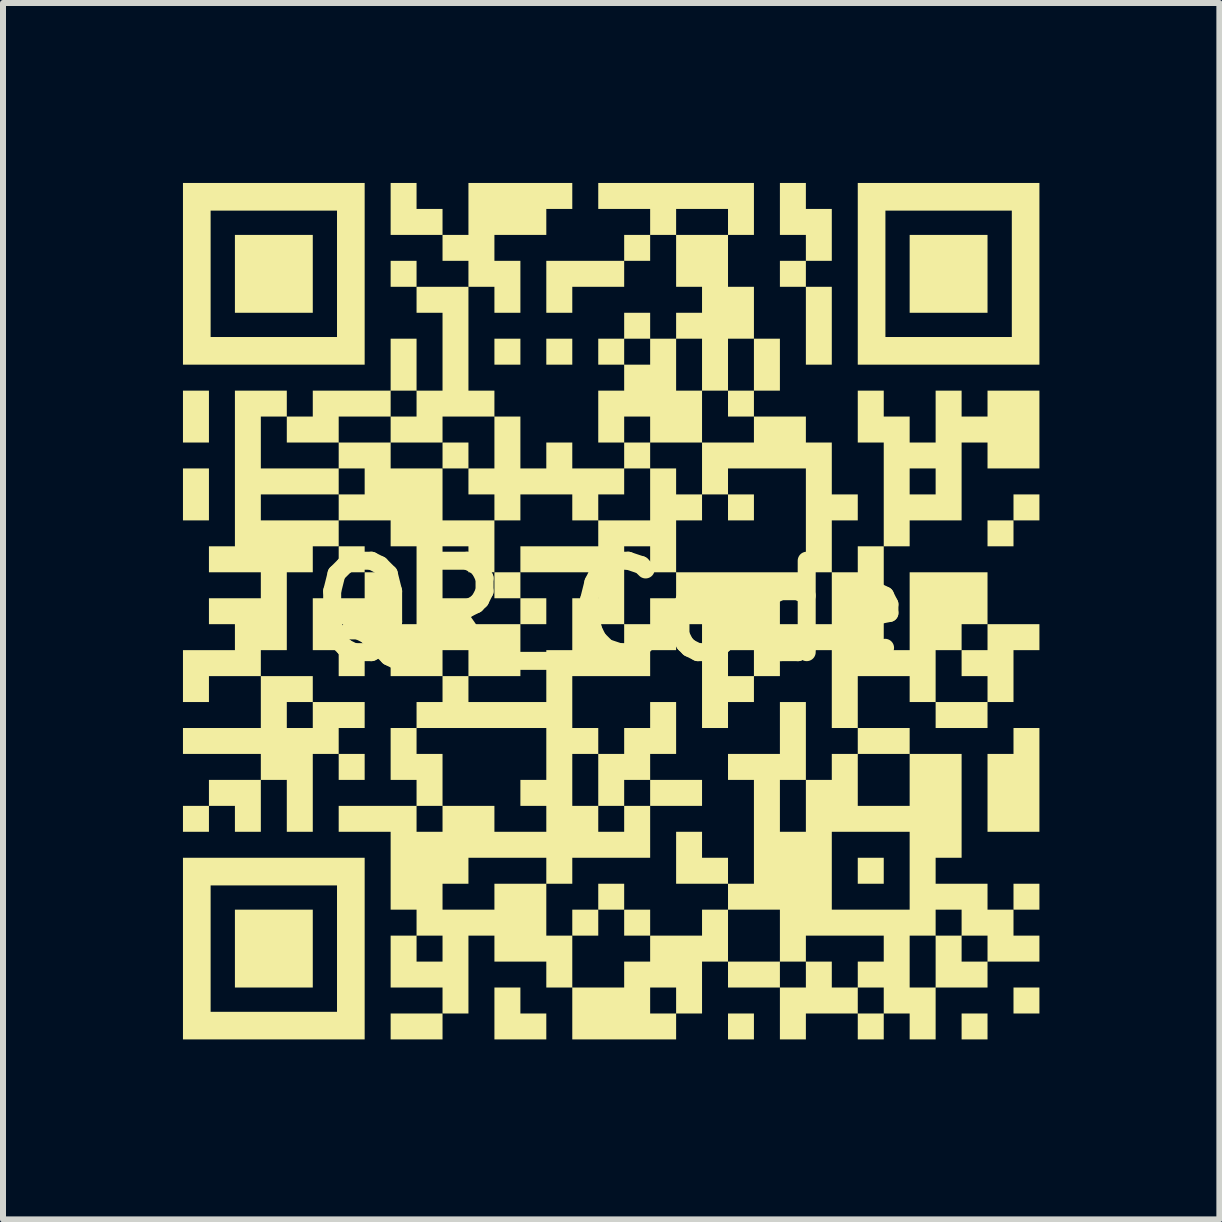
<source format=kicad_pcb>
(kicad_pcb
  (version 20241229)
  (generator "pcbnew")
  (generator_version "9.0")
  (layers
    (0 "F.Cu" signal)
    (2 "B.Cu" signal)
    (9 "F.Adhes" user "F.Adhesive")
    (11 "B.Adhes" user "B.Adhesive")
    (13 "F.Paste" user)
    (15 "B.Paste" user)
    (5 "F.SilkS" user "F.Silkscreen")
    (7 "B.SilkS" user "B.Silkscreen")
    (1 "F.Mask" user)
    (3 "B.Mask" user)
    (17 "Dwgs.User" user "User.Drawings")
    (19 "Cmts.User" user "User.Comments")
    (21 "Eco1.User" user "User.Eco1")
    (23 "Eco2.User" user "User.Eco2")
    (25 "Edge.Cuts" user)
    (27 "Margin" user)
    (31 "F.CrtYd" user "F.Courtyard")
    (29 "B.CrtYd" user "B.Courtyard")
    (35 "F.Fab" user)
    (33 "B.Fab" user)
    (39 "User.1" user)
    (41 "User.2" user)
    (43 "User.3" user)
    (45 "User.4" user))
  (footprint "QR_Code"
    (layer "F.Cu")
    (at 7.132 7.132)
    (property "Reference" "QR_Code" (at 0 0 0) (layer "F.SilkS") (effects (font (size 1.524 1.524) (thickness 0.3))))
    (attr board_only exclude_from_pos_files exclude_from_bom)
    (fp_poly (pts (xy -6.699 -2.805) (xy -7.132 -2.805) (xy -7.132 -3.67) (xy -6.699 -3.67)) (stroke (width 0) (type solid)) (fill yes) (layer "F.SilkS"))
    (fp_poly (pts (xy -6.699 -1.507) (xy -7.132 -1.507) (xy -7.132 -2.373) (xy -6.699 -2.373)) (stroke (width 0) (type solid)) (fill yes) (layer "F.SilkS"))
    (fp_poly (pts (xy -6.699 3.684) (xy -7.132 3.684) (xy -7.132 3.252) (xy -6.699 3.252)) (stroke (width 0) (type solid)) (fill yes) (layer "F.SilkS"))
    (fp_poly (pts (xy -4.968 -4.968) (xy -6.266 -4.968) (xy -6.266 -6.266) (xy -4.968 -6.266)) (stroke (width 0) (type solid)) (fill yes) (layer "F.SilkS"))
    (fp_poly (pts (xy -4.968 6.28) (xy -6.266 6.28) (xy -6.266 4.982) (xy -4.968 4.982)) (stroke (width 0) (type solid)) (fill yes) (layer "F.SilkS"))
    (fp_poly (pts (xy -4.103 2.819) (xy -4.536 2.819) (xy -4.536 2.386) (xy -4.103 2.386)) (stroke (width 0) (type solid)) (fill yes) (layer "F.SilkS"))
    (fp_poly (pts (xy -3.238 -5.401) (xy -3.67 -5.401) (xy -3.67 -5.834) (xy -3.238 -5.834)) (stroke (width 0) (type solid)) (fill yes) (layer "F.SilkS"))
    (fp_poly (pts (xy -2.805 7.145) (xy -3.67 7.145) (xy -3.67 6.713) (xy -2.805 6.713)) (stroke (width 0) (type solid)) (fill yes) (layer "F.SilkS"))
    (fp_poly (pts (xy -2.373 -2.373) (xy -2.805 -2.373) (xy -2.805 -2.805) (xy -2.373 -2.805)) (stroke (width 0) (type solid)) (fill yes) (layer "F.SilkS"))
    (fp_poly (pts (xy -1.507 -4.103) (xy -1.94 -4.103) (xy -1.94 -4.536) (xy -1.507 -4.536)) (stroke (width 0) (type solid)) (fill yes) (layer "F.SilkS"))
    (fp_poly (pts (xy -1.507 -0.209) (xy -1.94 -0.209) (xy -1.94 -0.642) (xy -1.507 -0.642)) (stroke (width 0) (type solid)) (fill yes) (layer "F.SilkS"))
    (fp_poly (pts (xy -1.075 0.223) (xy -1.507 0.223) (xy -1.507 -0.209) (xy -1.075 -0.209)) (stroke (width 0) (type solid)) (fill yes) (layer "F.SilkS"))
    (fp_poly (pts (xy -0.642 -4.103) (xy -1.075 -4.103) (xy -1.075 -4.536) (xy -0.642 -4.536)) (stroke (width 0) (type solid)) (fill yes) (layer "F.SilkS"))
    (fp_poly (pts (xy -0.209 5.415) (xy -0.642 5.415) (xy -0.642 4.982) (xy -0.209 4.982)) (stroke (width 0) (type solid)) (fill yes) (layer "F.SilkS"))
    (fp_poly (pts (xy 0.223 4.982) (xy -0.209 4.982) (xy -0.209 4.55) (xy 0.223 4.55)) (stroke (width 0) (type solid)) (fill yes) (layer "F.SilkS"))
    (fp_poly (pts (xy 0.656 -5.834) (xy 0.223 -5.834) (xy 0.223 -6.266) (xy 0.656 -6.266)) (stroke (width 0) (type solid)) (fill yes) (layer "F.SilkS"))
    (fp_poly (pts (xy 0.656 5.415) (xy 0.223 5.415) (xy 0.223 4.982) (xy 0.656 4.982)) (stroke (width 0) (type solid)) (fill yes) (layer "F.SilkS"))
    (fp_poly (pts (xy 1.521 3.252) (xy 0.656 3.252) (xy 0.656 2.819) (xy 1.521 2.819)) (stroke (width 0) (type solid)) (fill yes) (layer "F.SilkS"))
    (fp_poly (pts (xy 2.386 -3.238) (xy 1.954 -3.238) (xy 1.954 -3.67) (xy 2.386 -3.67)) (stroke (width 0) (type solid)) (fill yes) (layer "F.SilkS"))
    (fp_poly (pts (xy 2.386 -1.507) (xy 1.954 -1.507) (xy 1.954 -1.94) (xy 2.386 -1.94)) (stroke (width 0) (type solid)) (fill yes) (layer "F.SilkS"))
    (fp_poly (pts (xy 2.386 7.145) (xy 1.954 7.145) (xy 1.954 6.713) (xy 2.386 6.713)) (stroke (width 0) (type solid)) (fill yes) (layer "F.SilkS"))
    (fp_poly (pts (xy 2.819 -3.67) (xy 2.386 -3.67) (xy 2.386 -4.536) (xy 2.819 -4.536)) (stroke (width 0) (type solid)) (fill yes) (layer "F.SilkS"))
    (fp_poly (pts (xy 3.252 -5.401) (xy 2.819 -5.401) (xy 2.819 -5.834) (xy 3.252 -5.834)) (stroke (width 0) (type solid)) (fill yes) (layer "F.SilkS"))
    (fp_poly (pts (xy 3.684 -4.103) (xy 3.252 -4.103) (xy 3.252 -5.401) (xy 3.684 -5.401)) (stroke (width 0) (type solid)) (fill yes) (layer "F.SilkS"))
    (fp_poly (pts (xy 4.55 4.55) (xy 4.117 4.55) (xy 4.117 4.117) (xy 4.55 4.117)) (stroke (width 0) (type solid)) (fill yes) (layer "F.SilkS"))
    (fp_poly (pts (xy 6.28 -4.968) (xy 4.982 -4.968) (xy 4.982 -6.266) (xy 6.28 -6.266)) (stroke (width 0) (type solid)) (fill yes) (layer "F.SilkS"))
    (fp_poly (pts (xy 6.28 7.145) (xy 5.848 7.145) (xy 5.848 6.713) (xy 6.28 6.713)) (stroke (width 0) (type solid)) (fill yes) (layer "F.SilkS"))
    (fp_poly (pts (xy 6.713 -1.075) (xy 6.28 -1.075) (xy 6.28 -1.507) (xy 6.713 -1.507)) (stroke (width 0) (type solid)) (fill yes) (layer "F.SilkS"))
    (fp_poly (pts (xy 7.145 -1.507) (xy 6.713 -1.507) (xy 6.713 -1.94) (xy 7.145 -1.94)) (stroke (width 0) (type solid)) (fill yes) (layer "F.SilkS"))
    (fp_poly (pts (xy 7.145 4.982) (xy 6.713 4.982) (xy 6.713 4.55) (xy 7.145 4.55)) (stroke (width 0) (type solid)) (fill yes) (layer "F.SilkS"))
    (fp_poly (pts (xy 7.145 6.713) (xy 6.713 6.713) (xy 6.713 6.28) (xy 7.145 6.28)) (stroke (width 0) (type solid)) (fill yes) (layer "F.SilkS"))
    (fp_poly (pts (xy -6.699 2.819) (xy -5.834 2.819) (xy -5.834 3.684) (xy -6.266 3.684) (xy -6.266 3.252) (xy -6.699 3.252)) (stroke (width 0) (type solid)) (fill yes) (layer "F.SilkS"))
    (fp_poly (pts (xy -3.238 -6.699) (xy -2.805 -6.699) (xy -2.805 -6.266) (xy -3.67 -6.266) (xy -3.67 -7.132) (xy -3.238 -7.132)) (stroke (width 0) (type solid)) (fill yes) (layer "F.SilkS"))
    (fp_poly (pts (xy -1.507 6.713) (xy -1.075 6.713) (xy -1.075 7.145) (xy -1.94 7.145) (xy -1.94 6.28) (xy -1.507 6.28)) (stroke (width 0) (type solid)) (fill yes) (layer "F.SilkS"))
    (fp_poly (pts (xy 0.223 -5.401) (xy -0.642 -5.401) (xy -0.642 -4.968) (xy -1.075 -4.968) (xy -1.075 -5.834) (xy 0.223 -5.834)) (stroke (width 0) (type solid)) (fill yes) (layer "F.SilkS"))
    (fp_poly (pts (xy 1.521 4.117) (xy 1.954 4.117) (xy 1.954 4.55) (xy 1.089 4.55) (xy 1.089 3.684) (xy 1.521 3.684)) (stroke (width 0) (type solid)) (fill yes) (layer "F.SilkS"))
    (fp_poly (pts (xy 7.145 3.684) (xy 6.28 3.684) (xy 6.28 2.386) (xy 6.713 2.386) (xy 6.713 1.954) (xy 7.145 1.954)) (stroke (width 0) (type solid)) (fill yes) (layer "F.SilkS"))
    (fp_poly (pts (xy 3.252 -6.699) (xy 3.684 -6.699) (xy 3.684 -5.834) (xy 3.252 -5.834) (xy 3.252 -6.266) (xy 2.819 -6.266) (xy 2.819 -7.132) (xy 3.252 -7.132)) (stroke (width 0) (type solid)) (fill yes) (layer "F.SilkS"))
    (fp_poly (pts (xy -4.103 -4.103) (xy -7.132 -4.103) (xy -7.132 -4.564) (xy -6.671 -4.564) (xy -4.564 -4.564) (xy -4.564 -6.671) (xy -6.671 -6.671) (xy -6.671 -4.564) (xy -7.132 -4.564) (xy -7.132 -7.132) (xy -4.103 -7.132)) (stroke (width 0) (type solid)) (fill yes) (layer "F.SilkS"))
    (fp_poly (pts (xy -4.103 7.145) (xy -7.132 7.145) (xy -7.132 6.685) (xy -6.671 6.685) (xy -4.564 6.685) (xy -4.564 4.578) (xy -6.671 4.578) (xy -6.671 6.685) (xy -7.132 6.685) (xy -7.132 4.117) (xy -4.103 4.117)) (stroke (width 0) (type solid)) (fill yes) (layer "F.SilkS"))
    (fp_poly (pts (xy 7.145 -4.103) (xy 4.117 -4.103) (xy 4.117 -4.564) (xy 4.578 -4.564) (xy 6.685 -4.564) (xy 6.685 -6.671) (xy 4.578 -6.671) (xy 4.578 -4.564) (xy 4.117 -4.564) (xy 4.117 -7.132) (xy 7.145 -7.132)) (stroke (width 0) (type solid)) (fill yes) (layer "F.SilkS"))
    (fp_poly (pts (xy 1.089 2.386) (xy 0.656 2.386) (xy 0.656 2.819) (xy 0.223 2.819) (xy 0.223 3.252) (xy -0.209 3.252) (xy -0.209 2.386) (xy 0.223 2.386) (xy 0.223 1.954) (xy 0.656 1.954) (xy 0.656 1.521) (xy 1.089 1.521)) (stroke (width 0) (type solid)) (fill yes) (layer "F.SilkS"))
    (fp_poly (pts (xy -2.373 -5.834) (xy -2.805 -5.834) (xy -2.805 -6.266) (xy -2.373 -6.266) (xy -2.373 -7.132) (xy -0.642 -7.132) (xy -0.642 -6.699) (xy -1.075 -6.699) (xy -1.075 -6.266) (xy -1.94 -6.266) (xy -1.94 -5.834) (xy -1.507 -5.834) (xy -1.507 -4.968) (xy -1.94 -4.968) (xy -1.94 -5.401) (xy -2.373 -5.401)) (stroke (width 0) (type solid)) (fill yes) (layer "F.SilkS"))
    (fp_poly (pts (xy -5.834 2.386) (xy -7.132 2.386) (xy -7.132 1.954) (xy -5.834 1.954) (xy -5.401 1.954) (xy -4.968 1.954) (xy -4.968 1.521) (xy -5.401 1.521) (xy -5.401 1.954) (xy -5.834 1.954) (xy -5.834 1.089) (xy -4.968 1.089) (xy -4.968 1.521) (xy -4.103 1.521) (xy -4.103 1.954) (xy -4.536 1.954) (xy -4.536 2.386) (xy -4.968 2.386) (xy -4.968 3.684) (xy -5.401 3.684) (xy -5.401 2.819) (xy -5.834 2.819)) (stroke (width 0) (type solid)) (fill yes) (layer "F.SilkS"))
    (fp_poly (pts (xy 4.55 -3.238) (xy 4.982 -3.238) (xy 4.982 -2.805) (xy 5.415 -2.805) (xy 5.415 -3.67) (xy 5.848 -3.67) (xy 5.848 -3.238) (xy 6.28 -3.238) (xy 6.28 -3.67) (xy 7.145 -3.67) (xy 7.145 -2.373) (xy 6.28 -2.373) (xy 6.28 -2.805) (xy 5.848 -2.805) (xy 5.848 -1.507) (xy 4.982 -1.507) (xy 4.982 -1.075) (xy 4.55 -1.075) (xy 4.55 -1.94) (xy 4.982 -1.94) (xy 5.415 -1.94) (xy 5.415 -2.373) (xy 4.982 -2.373) (xy 4.982 -1.94) (xy 4.55 -1.94) (xy 4.55 -2.805) (xy 4.117 -2.805) (xy 4.117 -3.67) (xy 4.55 -3.67)) (stroke (width 0) (type solid)) (fill yes) (layer "F.SilkS"))
    (fp_poly (pts (xy -1.507 -3.238) (xy -1.507 -2.373) (xy -1.075 -2.373) (xy -1.075 -2.805) (xy -0.642 -2.805) (xy -0.642 -2.373) (xy 0.223 -2.373) (xy 0.223 -2.805) (xy 0.656 -2.805) (xy 0.656 -3.238) (xy 0.223 -3.238) (xy 0.223 -2.805) (xy -0.209 -2.805) (xy -0.209 -3.67) (xy 0.223 -3.67) (xy 1.089 -3.67) (xy 1.521 -3.67) (xy 1.521 -4.536) (xy 1.089 -4.536) (xy 1.089 -3.67) (xy 0.223 -3.67) (xy 0.223 -4.103) (xy 0.656 -4.103) (xy 0.656 -4.536) (xy 0.223 -4.536) (xy 0.223 -4.103) (xy -0.209 -4.103) (xy -0.209 -4.536) (xy 0.223 -4.536) (xy 0.223 -4.968) (xy 0.656 -4.968) (xy 0.656 -4.536) (xy 1.089 -4.536) (xy 1.089 -4.968) (xy 1.521 -4.968) (xy 1.521 -5.401) (xy 1.089 -5.401) (xy 1.089 -6.266) (xy 1.954 -6.266) (xy 1.954 -6.699) (xy 1.089 -6.699) (xy 1.089 -6.266) (xy 0.656 -6.266) (xy 0.656 -6.699) (xy -0.209 -6.699) (xy -0.209 -7.132) (xy 2.386 -7.132) (xy 2.386 -6.266) (xy 1.954 -6.266) (xy 1.954 -5.401) (xy 2.386 -5.401) (xy 2.386 -4.536) (xy 1.954 -4.536) (xy 1.954 -3.67) (xy 1.521 -3.67) (xy 1.521 -2.805) (xy 2.386 -2.805) (xy 2.386 -3.238) (xy 3.252 -3.238) (xy 3.252 -2.805) (xy 3.684 -2.805) (xy 3.684 -1.94) (xy 4.117 -1.94) (xy 4.117 -1.507) (xy 3.684 -1.507) (xy 3.684 -0.642) (xy 4.117 -0.642) (xy 4.117 -1.075) (xy 4.55 -1.075) (xy 4.55 0.656) (xy 4.982 0.656) (xy 4.982 -0.642) (xy 6.28 -0.642) (xy 6.28 0.223) (xy 7.145 0.223) (xy 7.145 0.656) (xy 6.713 0.656) (xy 6.713 1.521) (xy 6.28 1.521) (xy 6.28 1.954) (xy 5.415 1.954) (xy 5.415 1.521) (xy 6.28 1.521) (xy 6.28 1.089) (xy 5.848 1.089) (xy 5.848 0.656) (xy 6.28 0.656) (xy 6.28 0.223) (xy 5.848 0.223) (xy 5.848 0.656) (xy 5.415 0.656) (xy 5.415 1.521) (xy 4.982 1.521) (xy 4.982 1.089) (xy 4.117 1.089) (xy 4.117 1.954) (xy 4.982 1.954) (xy 4.982 2.386) (xy 5.848 2.386) (xy 5.848 4.117) (xy 5.415 4.117) (xy 5.415 4.55) (xy 6.28 4.55) (xy 6.28 4.982) (xy 6.713 4.982) (xy 6.713 5.415) (xy 7.145 5.415) (xy 7.145 5.848) (xy 6.28 5.848) (xy 6.28 6.28) (xy 5.415 6.28) (xy 5.415 7.145) (xy 4.982 7.145) (xy 4.982 6.713) (xy 4.55 6.713) (xy 4.55 7.145) (xy 4.117 7.145) (xy 4.117 6.713) (xy 4.55 6.713) (xy 4.55 6.28) (xy 4.982 6.28) (xy 5.415 6.28) (xy 5.415 5.848) (xy 5.848 5.848) (xy 6.28 5.848) (xy 6.28 5.415) (xy 5.848 5.415) (xy 5.848 5.848) (xy 5.415 5.848) (xy 5.415 5.415) (xy 5.848 5.415) (xy 5.848 4.982) (xy 5.415 4.982) (xy 5.415 5.415) (xy 4.982 5.415) (xy 4.982 6.28) (xy 4.55 6.28) (xy 4.117 6.28) (xy 4.117 6.713) (xy 3.252 6.713) (xy 3.252 7.145) (xy 2.819 7.145) (xy 2.819 6.28) (xy 3.252 6.28) (xy 3.252 5.848) (xy 3.684 5.848) (xy 3.684 6.28) (xy 4.117 6.28) (xy 4.117 5.848) (xy 4.55 5.848) (xy 4.55 5.415) (xy 3.252 5.415) (xy 3.252 5.848) (xy 2.819 5.848) (xy 2.819 6.28) (xy 1.954 6.28) (xy 1.954 5.848) (xy 2.819 5.848) (xy 2.819 4.982) (xy 3.684 4.982) (xy 4.982 4.982) (xy 4.982 3.684) (xy 3.684 3.684) (xy 3.684 4.982) (xy 2.819 4.982) (xy 1.954 4.982) (xy 1.954 5.848) (xy 1.521 5.848) (xy 1.521 6.713) (xy 1.089 6.713) (xy 1.089 7.145) (xy -0.642 7.145) (xy -0.642 6.713) (xy 0.656 6.713) (xy 1.089 6.713) (xy 1.089 6.28) (xy 0.656 6.28) (xy 0.656 6.713) (xy -0.642 6.713) (xy -0.642 6.28) (xy -1.075 6.28) (xy -1.075 5.848) (xy -1.94 5.848) (xy -1.94 5.415) (xy -1.075 5.415) (xy -0.642 5.415) (xy -0.642 6.28) (xy 0.223 6.28) (xy 0.223 5.848) (xy 0.656 5.848) (xy 0.656 5.415) (xy 1.521 5.415) (xy 1.521 4.982) (xy 1.954 4.982) (xy 1.954 4.55) (xy 2.386 4.55) (xy 2.386 3.684) (xy 2.819 3.684) (xy 3.252 3.684) (xy 3.252 3.252) (xy 4.117 3.252) (xy 4.982 3.252) (xy 4.982 2.386) (xy 4.117 2.386) (xy 4.117 3.252) (xy 3.252 3.252) (xy 3.252 2.819) (xy 2.819 2.819) (xy 2.819 3.684) (xy 2.386 3.684) (xy 2.386 2.819) (xy 1.954 2.819) (xy 1.954 2.386) (xy 2.819 2.386) (xy 2.819 1.521) (xy 3.252 1.521) (xy 3.252 2.819) (xy 3.684 2.819) (xy 3.684 2.386) (xy 4.117 2.386) (xy 4.117 1.954) (xy 3.684 1.954) (xy 3.684 0.656) (xy 2.819 0.656) (xy 2.819 1.089) (xy 2.386 1.089) (xy 2.386 1.521) (xy 1.954 1.521) (xy 1.954 1.954) (xy 1.521 1.954) (xy 1.521 1.089) (xy 1.954 1.089) (xy 2.386 1.089) (xy 2.386 0.656) (xy 1.954 0.656) (xy 1.954 1.089) (xy 1.521 1.089) (xy 1.521 0.223) (xy 2.819 0.223) (xy 3.684 0.223) (xy 3.684 -0.642) (xy 3.252 -0.642) (xy 3.252 -0.209) (xy 2.819 -0.209) (xy 2.819 0.223) (xy 1.521 0.223) (xy 1.089 0.223) (xy 1.089 0.656) (xy 0.656 0.656) (xy 0.656 1.089) (xy -0.642 1.089) (xy -0.642 1.954) (xy -0.209 1.954) (xy -0.209 2.386) (xy -0.642 2.386) (xy -0.642 3.252) (xy -0.209 3.252) (xy -0.209 3.684) (xy 0.223 3.684) (xy 0.223 3.252) (xy 0.656 3.252) (xy 0.656 4.117) (xy -0.642 4.117) (xy -0.642 4.55) (xy -1.075 4.55) (xy -1.075 5.415) (xy -1.94 5.415) (xy -2.373 5.415) (xy -2.373 6.713) (xy -2.805 6.713) (xy -2.805 6.28) (xy -3.67 6.28) (xy -3.67 5.848) (xy -3.238 5.848) (xy -2.805 5.848) (xy -2.805 5.415) (xy -3.238 5.415) (xy -3.238 5.848) (xy -3.67 5.848) (xy -3.67 5.415) (xy -3.238 5.415) (xy -3.238 4.982) (xy -2.805 4.982) (xy -1.94 4.982) (xy -1.94 4.55) (xy -1.075 4.55) (xy -1.075 4.117) (xy -2.373 4.117) (xy -2.373 4.55) (xy -2.805 4.55) (xy -2.805 4.982) (xy -3.238 4.982) (xy -3.67 4.982) (xy -3.67 3.684) (xy -3.238 3.684) (xy -2.805 3.684) (xy -2.805 3.252) (xy -3.238 3.252) (xy -3.238 3.684) (xy -3.67 3.684) (xy -4.536 3.684) (xy -4.536 3.252) (xy -3.238 3.252) (xy -3.238 2.819) (xy -3.67 2.819) (xy -3.67 2.386) (xy -3.238 2.386) (xy -2.805 2.386) (xy -2.805 3.252) (xy -1.94 3.252) (xy -1.94 3.684) (xy -1.075 3.684) (xy -1.075 3.252) (xy -1.507 3.252) (xy -1.507 2.819) (xy -1.075 2.819) (xy -1.075 1.954) (xy -3.238 1.954) (xy -3.238 2.386) (xy -3.67 2.386) (xy -3.67 1.954) (xy -3.238 1.954) (xy -3.238 1.521) (xy -2.805 1.521) (xy -2.805 1.089) (xy -2.373 1.089) (xy -2.373 0.656) (xy -2.805 0.656) (xy -2.805 1.089) (xy -3.67 1.089) (xy -3.67 0.656) (xy -4.103 0.656) (xy -4.103 1.089) (xy -4.536 1.089) (xy -4.536 0.656) (xy -4.103 0.656) (xy -4.103 0.223) (xy -4.536 0.223) (xy -4.536 0.656) (xy -4.968 0.656) (xy -4.968 -0.209) (xy -4.103 -0.209) (xy -4.103 -0.642) (xy -4.536 -0.642) (xy -4.536 -1.075) (xy -4.103 -1.075) (xy -4.103 -0.642) (xy -3.67 -0.642) (xy -3.67 0.223) (xy -3.238 0.223) (xy -3.238 -0.209) (xy -2.805 -0.209) (xy -2.373 -0.209) (xy -2.373 0.223) (xy -1.507 0.223) (xy -1.507 1.089) (xy -2.373 1.089) (xy -2.373 1.521) (xy -1.075 1.521) (xy -1.075 0.656) (xy -0.642 0.656) (xy -0.209 0.656) (xy 0.223 0.656) (xy 0.223 0.223) (xy 0.656 0.223) (xy 0.656 -0.209) (xy 1.089 -0.209) (xy 1.089 -0.642) (xy 3.252 -0.642) (xy 3.252 -2.373) (xy 1.954 -2.373) (xy 1.954 -1.94) (xy 1.521 -1.94) (xy 1.521 -1.507) (xy 1.089 -1.507) (xy 1.089 -0.642) (xy 0.656 -0.642) (xy 0.656 -1.075) (xy 0.223 -1.075) (xy 0.223 0.223) (xy -0.209 0.223) (xy -0.209 0.656) (xy -0.642 0.656) (xy -0.642 -0.209) (xy -0.209 -0.209) (xy -0.209 -0.642) (xy -1.507 -0.642) (xy -1.507 -1.075) (xy -0.209 -1.075) (xy -0.209 -1.507) (xy 0.656 -1.507) (xy 0.656 -2.373) (xy 1.089 -2.373) (xy 1.089 -1.94) (xy 1.521 -1.94) (xy 1.521 -2.805) (xy 0.656 -2.805) (xy 0.656 -2.373) (xy 0.223 -2.373) (xy 0.223 -1.94) (xy -0.209 -1.94) (xy -0.209 -1.507) (xy -0.642 -1.507) (xy -0.642 -1.94) (xy -1.507 -1.94) (xy -1.507 -1.507) (xy -1.94 -1.507) (xy -1.94 -0.642) (xy -2.373 -0.642) (xy -2.373 -1.075) (xy -2.805 -1.075) (xy -2.805 -0.209) (xy -3.238 -0.209) (xy -3.238 -1.075) (xy -3.67 -1.075) (xy -3.67 -1.507) (xy -4.536 -1.507) (xy -4.536 -1.075) (xy -4.968 -1.075) (xy -4.968 -0.642) (xy -5.401 -0.642) (xy -5.401 0.656) (xy -5.834 0.656) (xy -5.834 1.089) (xy -6.699 1.089) (xy -6.699 1.521) (xy -7.132 1.521) (xy -7.132 0.656) (xy -6.266 0.656) (xy -6.266 0.223) (xy -6.699 0.223) (xy -6.699 -0.209) (xy -5.834 -0.209) (xy -5.834 -0.642) (xy -6.699 -0.642) (xy -6.699 -1.075) (xy -6.266 -1.075) (xy -6.266 -1.507) (xy -5.834 -1.507) (xy -4.536 -1.507) (xy -4.536 -1.94) (xy -4.103 -1.94) (xy -4.103 -2.373) (xy -3.67 -2.373) (xy -2.805 -2.373) (xy -2.805 -1.507) (xy -1.94 -1.507) (xy -1.94 -1.94) (xy -2.373 -1.94) (xy -2.373 -2.373) (xy -1.94 -2.373) (xy -1.94 -3.238) (xy -2.805 -3.238) (xy -2.805 -2.805) (xy -3.67 -2.805) (xy -3.67 -2.373) (xy -4.103 -2.373) (xy -4.536 -2.373) (xy -4.536 -1.94) (xy -5.834 -1.94) (xy -5.834 -1.507) (xy -6.266 -1.507) (xy -6.266 -2.373) (xy -5.834 -2.373) (xy -4.536 -2.373) (xy -4.536 -2.805) (xy -3.67 -2.805) (xy -3.67 -3.238) (xy -3.238 -3.238) (xy -3.238 -3.67) (xy -3.67 -3.67) (xy -3.67 -3.238) (xy -4.536 -3.238) (xy -4.536 -2.805) (xy -5.401 -2.805) (xy -5.401 -3.238) (xy -5.834 -3.238) (xy -5.834 -2.373) (xy -6.266 -2.373) (xy -6.266 -3.67) (xy -5.401 -3.67) (xy -5.401 -3.238) (xy -4.968 -3.238) (xy -4.968 -3.67) (xy -3.67 -3.67) (xy -3.67 -4.536) (xy -3.238 -4.536) (xy -3.238 -3.67) (xy -2.805 -3.67) (xy -2.805 -4.968) (xy -3.238 -4.968) (xy -3.238 -5.401) (xy -2.373 -5.401) (xy -2.373 -3.67) (xy -1.94 -3.67) (xy -1.94 -3.238)) (stroke (width 0) (type solid)) (fill yes) (layer "F.SilkS")))
  (gr_rect
    (start -3 -3)
    (end 17.277 17.277)
    (stroke (width 0.1) (type default))
    (fill no)
    (layer "Edge.Cuts")))
</source>
